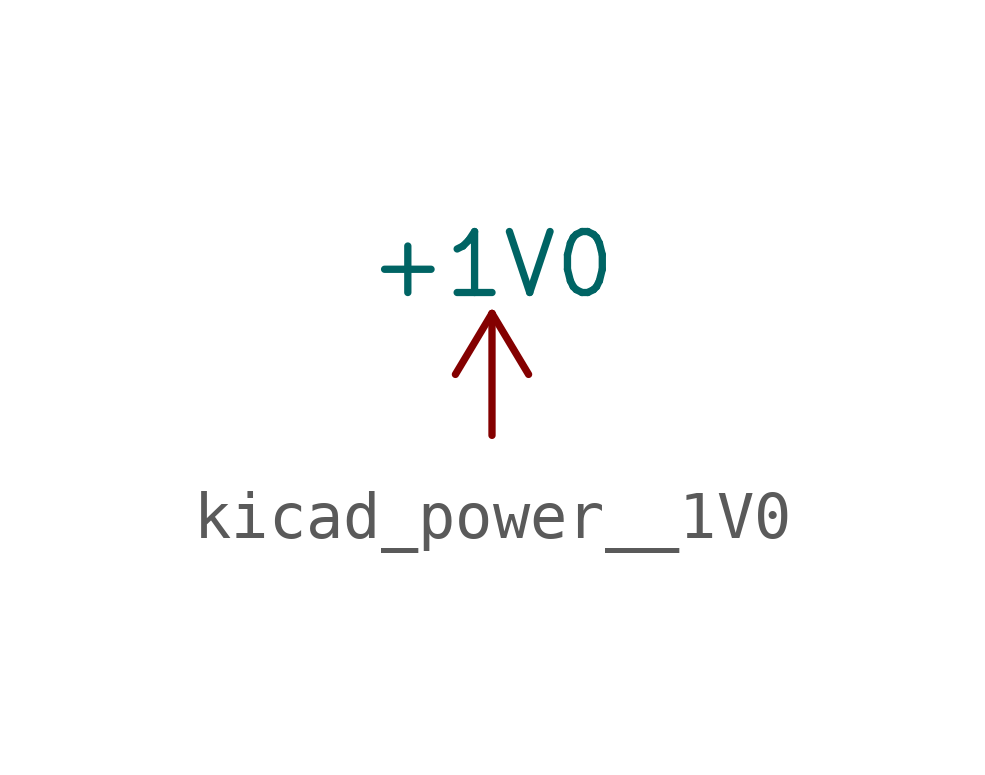
<source format=kicad_sym>
(kicad_symbol_lib
  (version 20220914)
  (generator kicad_symbol_editor)
  (symbol "kicad_power__1V0"
    (power)
    (pin_names
      (offset 0))
    (property "Reference" "#PWR"
      (at 0 -3.81 0)
      (effects (font (size 1.27 1.27)) hide))
    (property "Value" "+1V0"
      (at 0 3.556 0)
      (effects (font (size 1.27 1.27))))
    (symbol "kicad_power__1V0_0_1"
      (polyline (pts (xy -0.762 1.27) (xy 0 2.54)) (stroke (width 0) (type default)) (fill (type none)))
      (polyline (pts (xy 0 0) (xy 0 2.54)) (stroke (width 0) (type default)) (fill (type none)))
      (polyline (pts (xy 0 2.54) (xy 0.762 1.27)) (stroke (width 0) (type default)) (fill (type none))))
    (symbol "kicad_power__1V0_1_1"
      (pin power_in line (at 0 0 90) (length 0) hide (name "+1V0" (effects (font (size 1.27 1.27)))) (number "1" (effects (font (size 1.27 1.27))))))))
</source>
